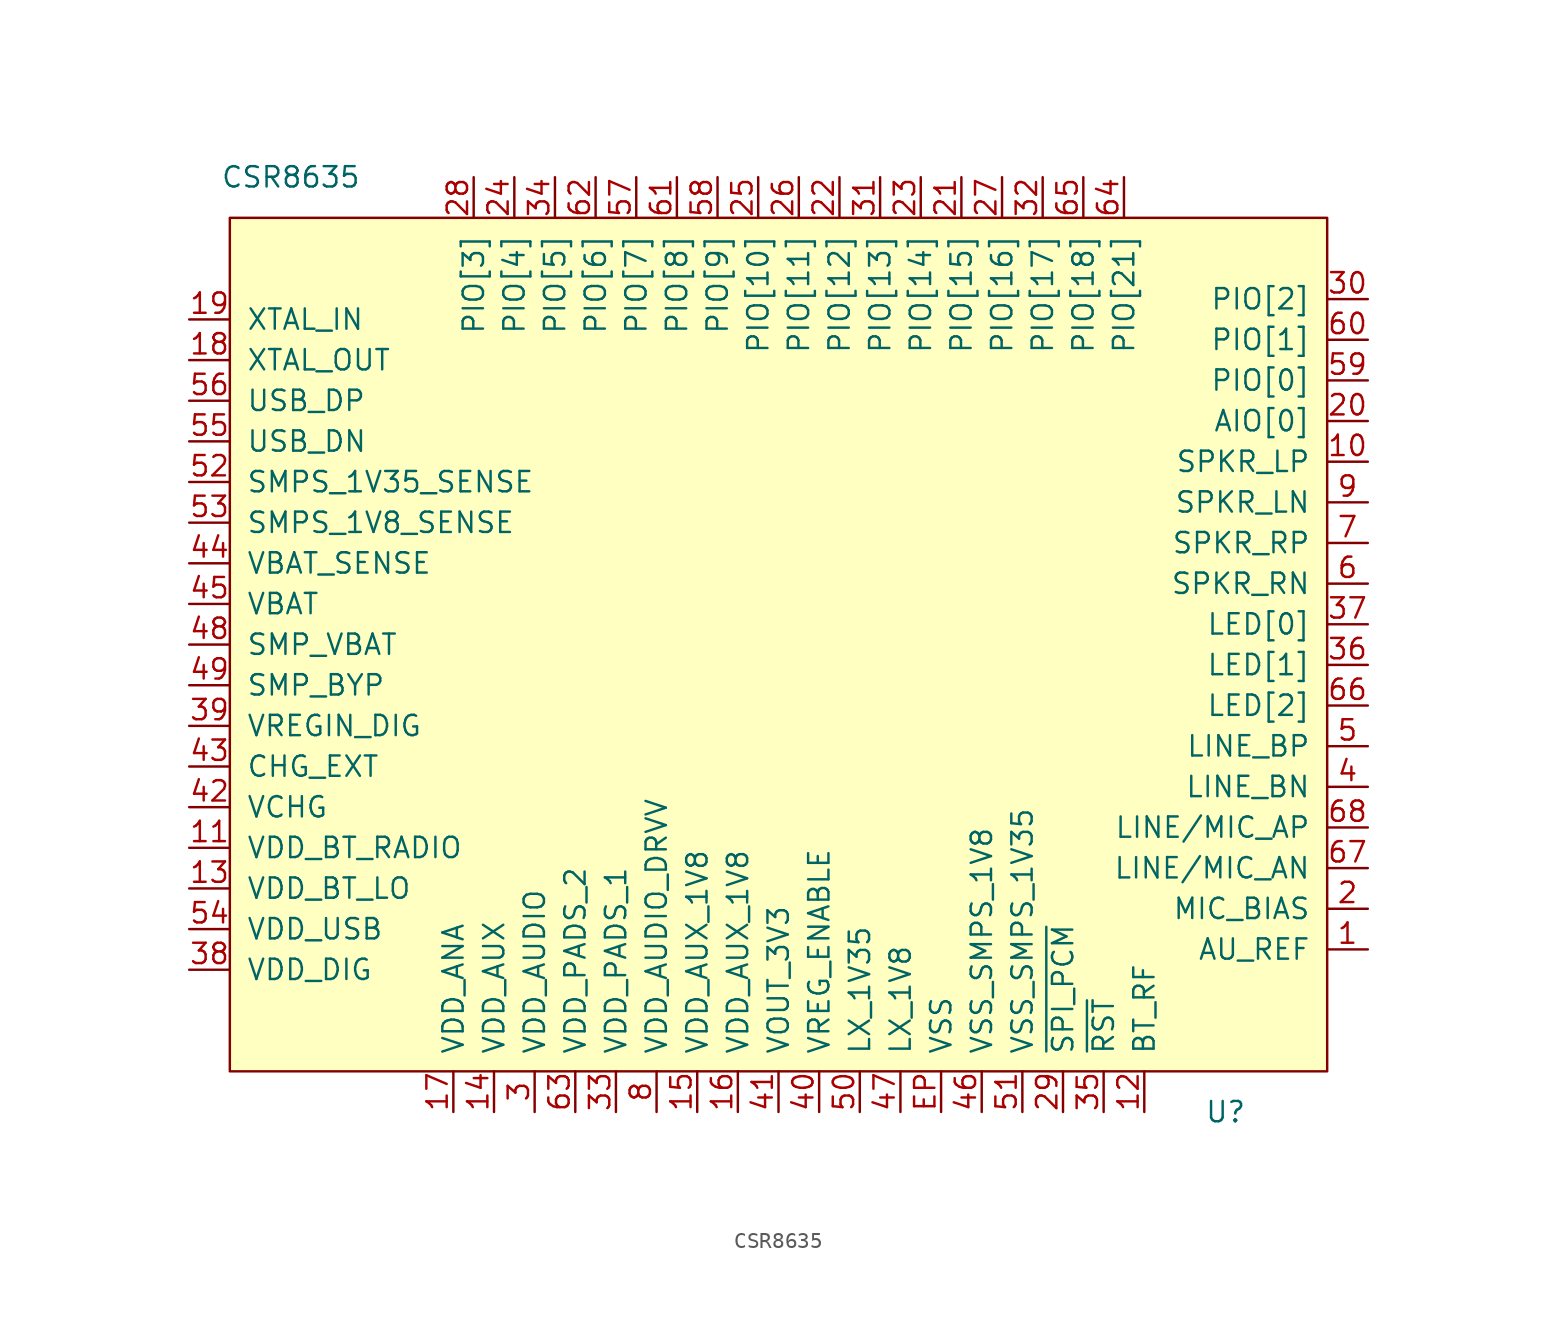
<source format=kicad_sym>
(kicad_symbol_lib
  (version 20241209)
  (generator "kicad_symbol_editor")
  (generator_version "9.0")
  (symbol "CSR8635"
    (pin_names
      (offset 1.016))
    (property "Reference" "U"
      (at 27.94 -29.21 0)
      (effects (font (size 1.27 1.27))))
    (property "Value" "CSR8635"
      (at -30.48 29.21 0)
      (effects (font (size 1.27 1.27))))
    (symbol "CSR8635_0_1"
      (rectangle (start -34.29 26.67) (end 34.29 -26.67) (stroke (width 0) (type solid)) (fill (type background))))
    (symbol "CSR8635_1_1"
      (pin input line (at -36.83 20.32 0) (length 2.54) (name "XTAL_IN" (effects (font (size 1.27 1.27)))) (number "19" (effects (font (size 1.27 1.27)))))
      (pin output line (at -36.83 17.78 0) (length 2.54) (name "XTAL_OUT" (effects (font (size 1.27 1.27)))) (number "18" (effects (font (size 1.27 1.27)))))
      (pin bidirectional line (at -36.83 15.24 0) (length 2.54) (name "USB_DP" (effects (font (size 1.27 1.27)))) (number "56" (effects (font (size 1.27 1.27)))))
      (pin bidirectional line (at -36.83 12.7 0) (length 2.54) (name "USB_DN" (effects (font (size 1.27 1.27)))) (number "55" (effects (font (size 1.27 1.27)))))
      (pin input line (at -36.83 10.16 0) (length 2.54) (name "SMPS_1V35_SENSE" (effects (font (size 1.27 1.27)))) (number "52" (effects (font (size 1.27 1.27)))))
      (pin input line (at -36.83 7.62 0) (length 2.54) (name "SMPS_1V8_SENSE" (effects (font (size 1.27 1.27)))) (number "53" (effects (font (size 1.27 1.27)))))
      (pin input line (at -36.83 5.08 0) (length 2.54) (name "VBAT_SENSE" (effects (font (size 1.27 1.27)))) (number "44" (effects (font (size 1.27 1.27)))))
      (pin power_in line (at -36.83 2.54 0) (length 2.54) (name "VBAT" (effects (font (size 1.27 1.27)))) (number "45" (effects (font (size 1.27 1.27)))))
      (pin power_in line (at -36.83 0 0) (length 2.54) (name "SMP_VBAT" (effects (font (size 1.27 1.27)))) (number "48" (effects (font (size 1.27 1.27)))))
      (pin input line (at -36.83 -2.54 0) (length 2.54) (name "SMP_BYP" (effects (font (size 1.27 1.27)))) (number "49" (effects (font (size 1.27 1.27)))))
      (pin power_in line (at -36.83 -5.08 0) (length 2.54) (name "VREGIN_DIG" (effects (font (size 1.27 1.27)))) (number "39" (effects (font (size 1.27 1.27)))))
      (pin output line (at -36.83 -7.62 0) (length 2.54) (name "CHG_EXT" (effects (font (size 1.27 1.27)))) (number "43" (effects (font (size 1.27 1.27)))))
      (pin power_in line (at -36.83 -10.16 0) (length 2.54) (name "VCHG" (effects (font (size 1.27 1.27)))) (number "42" (effects (font (size 1.27 1.27)))))
      (pin power_in line (at -36.83 -12.7 0) (length 2.54) (name "VDD_BT_RADIO" (effects (font (size 1.27 1.27)))) (number "11" (effects (font (size 1.27 1.27)))))
      (pin power_in line (at -36.83 -15.24 0) (length 2.54) (name "VDD_BT_LO" (effects (font (size 1.27 1.27)))) (number "13" (effects (font (size 1.27 1.27)))))
      (pin power_in line (at -36.83 -17.78 0) (length 2.54) (name "VDD_USB" (effects (font (size 1.27 1.27)))) (number "54" (effects (font (size 1.27 1.27)))))
      (pin power_out line (at -36.83 -20.32 0) (length 2.54) (name "VDD_DIG" (effects (font (size 1.27 1.27)))) (number "38" (effects (font (size 1.27 1.27)))))
      (pin power_out line (at -20.32 -29.21 90) (length 2.54) (name "VDD_ANA" (effects (font (size 1.27 1.27)))) (number "17" (effects (font (size 1.27 1.27)))))
      (pin bidirectional line (at -19.05 29.21 270) (length 2.54) (name "PIO[3]" (effects (font (size 1.27 1.27)))) (number "28" (effects (font (size 1.27 1.27)))))
      (pin power_in line (at -17.78 -29.21 90) (length 2.54) (name "VDD_AUX" (effects (font (size 1.27 1.27)))) (number "14" (effects (font (size 1.27 1.27)))))
      (pin bidirectional line (at -16.51 29.21 270) (length 2.54) (name "PIO[4]" (effects (font (size 1.27 1.27)))) (number "24" (effects (font (size 1.27 1.27)))))
      (pin power_in line (at -15.24 -29.21 90) (length 2.54) (name "VDD_AUDIO" (effects (font (size 1.27 1.27)))) (number "3" (effects (font (size 1.27 1.27)))))
      (pin bidirectional line (at -13.97 29.21 270) (length 2.54) (name "PIO[5]" (effects (font (size 1.27 1.27)))) (number "34" (effects (font (size 1.27 1.27)))))
      (pin power_in line (at -12.7 -29.21 90) (length 2.54) (name "VDD_PADS_2" (effects (font (size 1.27 1.27)))) (number "63" (effects (font (size 1.27 1.27)))))
      (pin bidirectional line (at -11.43 29.21 270) (length 2.54) (name "PIO[6]" (effects (font (size 1.27 1.27)))) (number "62" (effects (font (size 1.27 1.27)))))
      (pin power_in line (at -10.16 -29.21 90) (length 2.54) (name "VDD_PADS_1" (effects (font (size 1.27 1.27)))) (number "33" (effects (font (size 1.27 1.27)))))
      (pin bidirectional line (at -8.89 29.21 270) (length 2.54) (name "PIO[7]" (effects (font (size 1.27 1.27)))) (number "57" (effects (font (size 1.27 1.27)))))
      (pin power_in line (at -7.62 -29.21 90) (length 2.54) (name "VDD_AUDIO_DRVV" (effects (font (size 1.27 1.27)))) (number "8" (effects (font (size 1.27 1.27)))))
      (pin bidirectional line (at -6.35 29.21 270) (length 2.54) (name "PIO[8]" (effects (font (size 1.27 1.27)))) (number "61" (effects (font (size 1.27 1.27)))))
      (pin power_in line (at -5.08 -29.21 90) (length 2.54) (name "VDD_AUX_1V8" (effects (font (size 1.27 1.27)))) (number "15" (effects (font (size 1.27 1.27)))))
      (pin bidirectional line (at -3.81 29.21 270) (length 2.54) (name "PIO[9]" (effects (font (size 1.27 1.27)))) (number "58" (effects (font (size 1.27 1.27)))))
      (pin power_in line (at -2.54 -29.21 90) (length 2.54) (name "VDD_AUX_1V8" (effects (font (size 1.27 1.27)))) (number "16" (effects (font (size 1.27 1.27)))))
      (pin bidirectional line (at -1.27 29.21 270) (length 2.54) (name "PIO[10]" (effects (font (size 1.27 1.27)))) (number "25" (effects (font (size 1.27 1.27)))))
      (pin power_out line (at 0 -29.21 90) (length 2.54) (name "VOUT_3V3" (effects (font (size 1.27 1.27)))) (number "41" (effects (font (size 1.27 1.27)))))
      (pin bidirectional line (at 1.27 29.21 270) (length 2.54) (name "PIO[11]" (effects (font (size 1.27 1.27)))) (number "26" (effects (font (size 1.27 1.27)))))
      (pin input line (at 2.54 -29.21 90) (length 2.54) (name "VREG_ENABLE" (effects (font (size 1.27 1.27)))) (number "40" (effects (font (size 1.27 1.27)))))
      (pin bidirectional line (at 3.81 29.21 270) (length 2.54) (name "PIO[12]" (effects (font (size 1.27 1.27)))) (number "22" (effects (font (size 1.27 1.27)))))
      (pin passive line (at 5.08 -29.21 90) (length 2.54) (name "LX_1V35" (effects (font (size 1.27 1.27)))) (number "50" (effects (font (size 1.27 1.27)))))
      (pin bidirectional line (at 6.35 29.21 270) (length 2.54) (name "PIO[13]" (effects (font (size 1.27 1.27)))) (number "31" (effects (font (size 1.27 1.27)))))
      (pin passive line (at 7.62 -29.21 90) (length 2.54) (name "LX_1V8" (effects (font (size 1.27 1.27)))) (number "47" (effects (font (size 1.27 1.27)))))
      (pin bidirectional line (at 8.89 29.21 270) (length 2.54) (name "PIO[14]" (effects (font (size 1.27 1.27)))) (number "23" (effects (font (size 1.27 1.27)))))
      (pin power_in line (at 10.16 -29.21 90) (length 2.54) (name "VSS" (effects (font (size 1.27 1.27)))) (number "EP" (effects (font (size 1.27 1.27)))))
      (pin bidirectional line (at 11.43 29.21 270) (length 2.54) (name "PIO[15]" (effects (font (size 1.27 1.27)))) (number "21" (effects (font (size 1.27 1.27)))))
      (pin power_in line (at 12.7 -29.21 90) (length 2.54) (name "VSS_SMPS_1V8" (effects (font (size 1.27 1.27)))) (number "46" (effects (font (size 1.27 1.27)))))
      (pin bidirectional line (at 13.97 29.21 270) (length 2.54) (name "PIO[16]" (effects (font (size 1.27 1.27)))) (number "27" (effects (font (size 1.27 1.27)))))
      (pin power_in line (at 15.24 -29.21 90) (length 2.54) (name "VSS_SMPS_1V35" (effects (font (size 1.27 1.27)))) (number "51" (effects (font (size 1.27 1.27)))))
      (pin bidirectional line (at 16.51 29.21 270) (length 2.54) (name "PIO[17]" (effects (font (size 1.27 1.27)))) (number "32" (effects (font (size 1.27 1.27)))))
      (pin input line (at 17.78 -29.21 90) (length 2.54) (name "~{SPI_PCM}" (effects (font (size 1.27 1.27)))) (number "29" (effects (font (size 1.27 1.27)))))
      (pin bidirectional line (at 19.05 29.21 270) (length 2.54) (name "PIO[18]" (effects (font (size 1.27 1.27)))) (number "65" (effects (font (size 1.27 1.27)))))
      (pin input line (at 20.32 -29.21 90) (length 2.54) (name "~{RST}" (effects (font (size 1.27 1.27)))) (number "35" (effects (font (size 1.27 1.27)))))
      (pin bidirectional line (at 21.59 29.21 270) (length 2.54) (name "PIO[21]" (effects (font (size 1.27 1.27)))) (number "64" (effects (font (size 1.27 1.27)))))
      (pin output line (at 22.86 -29.21 90) (length 2.54) (name "BT_RF" (effects (font (size 1.27 1.27)))) (number "12" (effects (font (size 1.27 1.27)))))
      (pin bidirectional line (at 36.83 21.59 180) (length 2.54) (name "PIO[2]" (effects (font (size 1.27 1.27)))) (number "30" (effects (font (size 1.27 1.27)))))
      (pin bidirectional line (at 36.83 19.05 180) (length 2.54) (name "PIO[1]" (effects (font (size 1.27 1.27)))) (number "60" (effects (font (size 1.27 1.27)))))
      (pin bidirectional line (at 36.83 16.51 180) (length 2.54) (name "PIO[0]" (effects (font (size 1.27 1.27)))) (number "59" (effects (font (size 1.27 1.27)))))
      (pin bidirectional line (at 36.83 13.97 180) (length 2.54) (name "AIO[0]" (effects (font (size 1.27 1.27)))) (number "20" (effects (font (size 1.27 1.27)))))
      (pin output line (at 36.83 11.43 180) (length 2.54) (name "SPKR_LP" (effects (font (size 1.27 1.27)))) (number "10" (effects (font (size 1.27 1.27)))))
      (pin output line (at 36.83 8.89 180) (length 2.54) (name "SPKR_LN" (effects (font (size 1.27 1.27)))) (number "9" (effects (font (size 1.27 1.27)))))
      (pin output line (at 36.83 6.35 180) (length 2.54) (name "SPKR_RP" (effects (font (size 1.27 1.27)))) (number "7" (effects (font (size 1.27 1.27)))))
      (pin output line (at 36.83 3.81 180) (length 2.54) (name "SPKR_RN" (effects (font (size 1.27 1.27)))) (number "6" (effects (font (size 1.27 1.27)))))
      (pin bidirectional line (at 36.83 1.27 180) (length 2.54) (name "LED[0]" (effects (font (size 1.27 1.27)))) (number "37" (effects (font (size 1.27 1.27)))))
      (pin bidirectional line (at 36.83 -1.27 180) (length 2.54) (name "LED[1]" (effects (font (size 1.27 1.27)))) (number "36" (effects (font (size 1.27 1.27)))))
      (pin bidirectional line (at 36.83 -3.81 180) (length 2.54) (name "LED[2]" (effects (font (size 1.27 1.27)))) (number "66" (effects (font (size 1.27 1.27)))))
      (pin input line (at 36.83 -6.35 180) (length 2.54) (name "LINE_BP" (effects (font (size 1.27 1.27)))) (number "5" (effects (font (size 1.27 1.27)))))
      (pin input line (at 36.83 -8.89 180) (length 2.54) (name "LINE_BN" (effects (font (size 1.27 1.27)))) (number "4" (effects (font (size 1.27 1.27)))))
      (pin input line (at 36.83 -11.43 180) (length 2.54) (name "LINE/MIC_AP" (effects (font (size 1.27 1.27)))) (number "68" (effects (font (size 1.27 1.27)))))
      (pin input line (at 36.83 -13.97 180) (length 2.54) (name "LINE/MIC_AN" (effects (font (size 1.27 1.27)))) (number "67" (effects (font (size 1.27 1.27)))))
      (pin input line (at 36.83 -16.51 180) (length 2.54) (name "MIC_BIAS" (effects (font (size 1.27 1.27)))) (number "2" (effects (font (size 1.27 1.27)))))
      (pin input line (at 36.83 -19.05 180) (length 2.54) (name "AU_REF" (effects (font (size 1.27 1.27)))) (number "1" (effects (font (size 1.27 1.27))))))))
</source>
